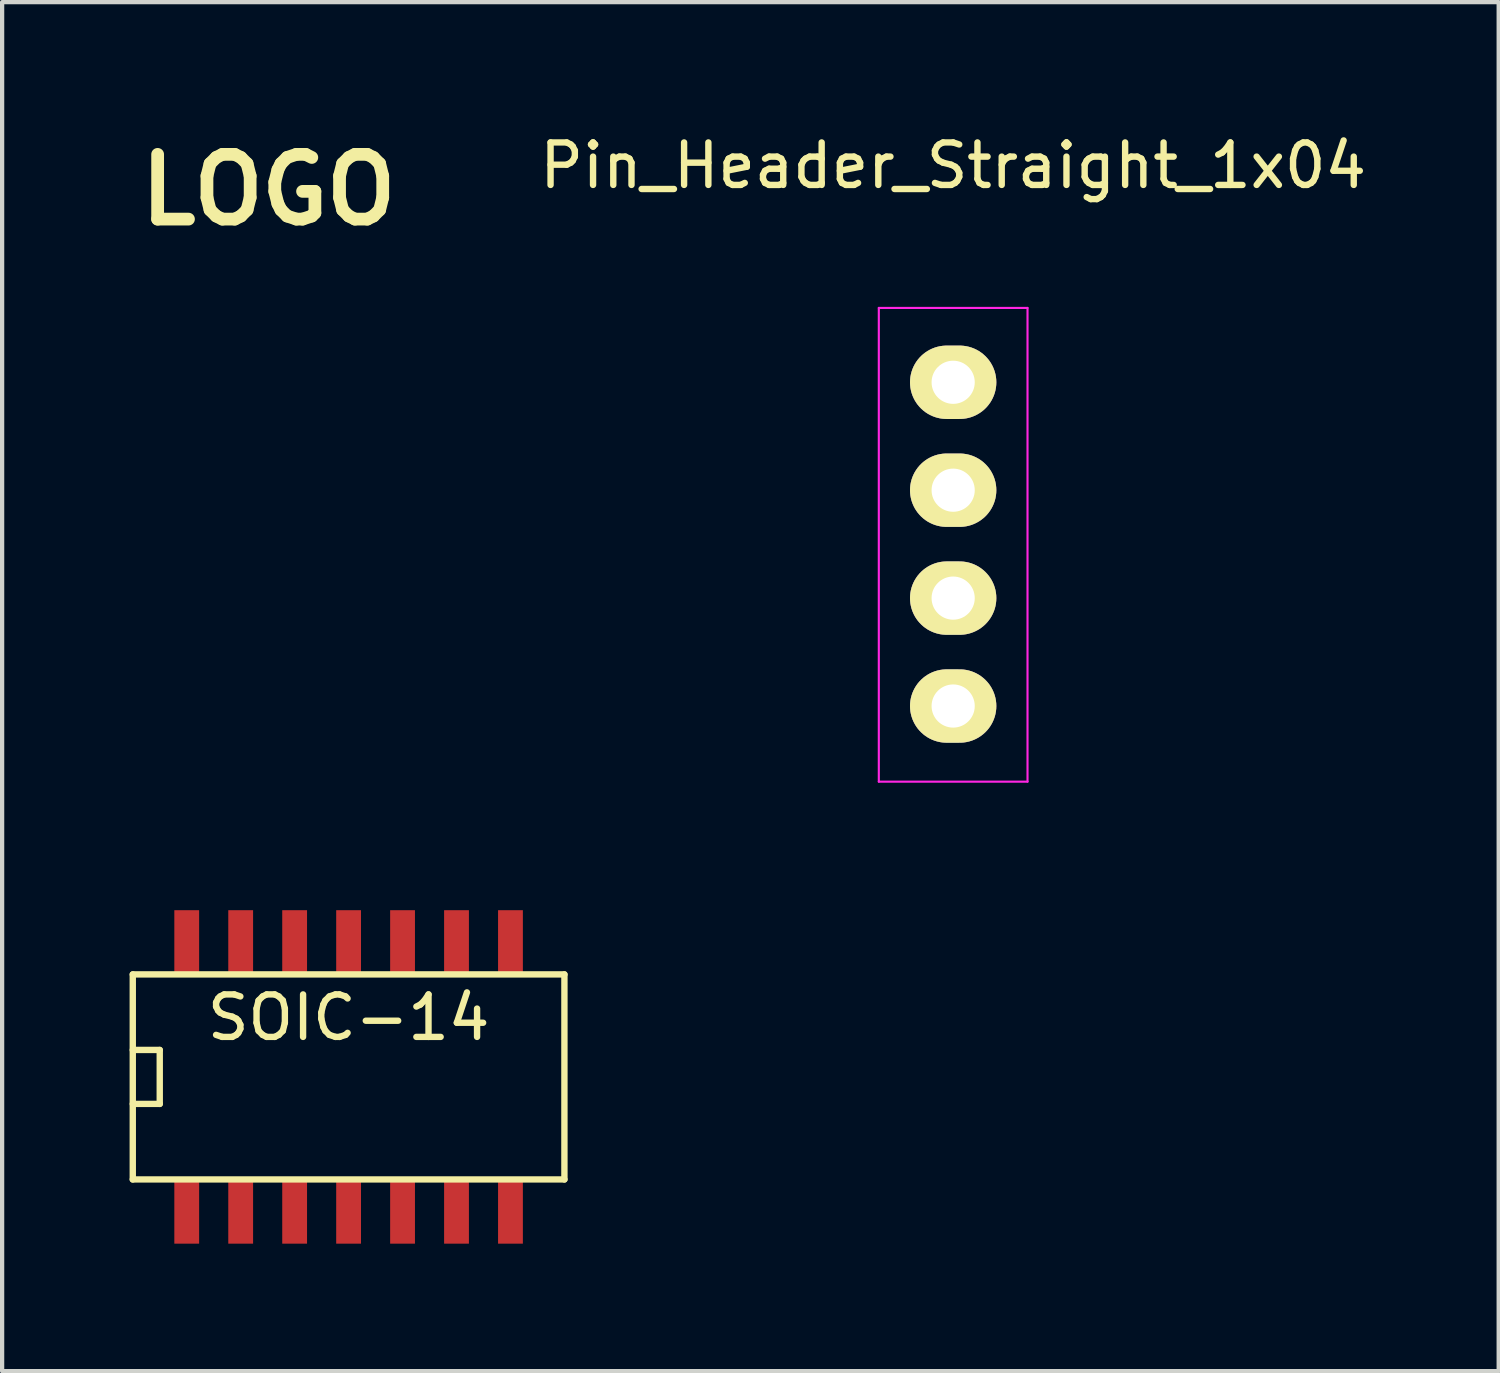
<source format=kicad_pcb>
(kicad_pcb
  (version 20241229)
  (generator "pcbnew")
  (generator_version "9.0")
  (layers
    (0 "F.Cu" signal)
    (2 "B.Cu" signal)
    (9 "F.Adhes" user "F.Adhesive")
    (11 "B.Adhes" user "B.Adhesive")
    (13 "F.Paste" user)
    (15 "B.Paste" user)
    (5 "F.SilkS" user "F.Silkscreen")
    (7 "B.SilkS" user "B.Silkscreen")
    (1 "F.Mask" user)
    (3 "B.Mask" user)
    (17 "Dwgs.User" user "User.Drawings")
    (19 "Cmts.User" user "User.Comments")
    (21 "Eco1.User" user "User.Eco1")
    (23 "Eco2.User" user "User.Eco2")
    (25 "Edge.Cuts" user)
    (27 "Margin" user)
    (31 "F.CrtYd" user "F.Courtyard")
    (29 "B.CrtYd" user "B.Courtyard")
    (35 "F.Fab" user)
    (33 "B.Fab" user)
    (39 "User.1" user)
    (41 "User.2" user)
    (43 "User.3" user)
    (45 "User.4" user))
  (footprint "SOIC-14"
    (layer "F.Cu")
    (at 5.155 22.171)
    (property "Reference" "SOIC-14" (at 0 -1.27 0) (layer "F.SilkS") (effects (font (size 1 1) (thickness 0.15))))
    (attr smd)
    (fp_line (start -5.08 -2.286) (end 5.08 -2.286) (stroke (width 0.15) (type solid)) (layer "F.SilkS"))
    (fp_line (start -5.08 -0.508) (end -4.445 -0.508) (stroke (width 0.15) (type solid)) (layer "F.SilkS"))
    (fp_line (start -5.08 2.54) (end -5.08 -2.286) (stroke (width 0.15) (type solid)) (layer "F.SilkS"))
    (fp_line (start -4.445 -0.508) (end -4.445 0.762) (stroke (width 0.15) (type solid)) (layer "F.SilkS"))
    (fp_line (start -4.445 0.762) (end -5.08 0.762) (stroke (width 0.15) (type solid)) (layer "F.SilkS"))
    (fp_line (start 5.08 -2.286) (end 5.08 2.54) (stroke (width 0.15) (type solid)) (layer "F.SilkS"))
    (fp_line (start 5.08 2.54) (end -5.08 2.54) (stroke (width 0.15) (type solid)) (layer "F.SilkS"))
    (pad "1" smd rect (at -3.81 3.302) (size 0.584 1.499) (layers "F.Cu" "F.Mask" "F.Paste"))
    (pad "2" smd rect (at -2.54 3.302) (size 0.584 1.499) (layers "F.Cu" "F.Mask" "F.Paste"))
    (pad "3" smd rect (at -1.27 3.302) (size 0.584 1.499) (layers "F.Cu" "F.Mask" "F.Paste"))
    (pad "4" smd rect (at 0 3.302) (size 0.584 1.499) (layers "F.Cu" "F.Mask" "F.Paste"))
    (pad "5" smd rect (at 1.27 3.302) (size 0.584 1.499) (layers "F.Cu" "F.Mask" "F.Paste"))
    (pad "6" smd rect (at 2.54 3.302) (size 0.584 1.499) (layers "F.Cu" "F.Mask" "F.Paste"))
    (pad "7" smd rect (at 3.81 3.302) (size 0.584 1.499) (layers "F.Cu" "F.Mask" "F.Paste"))
    (pad "8" smd rect (at 3.81 -3.048) (size 0.584 1.499) (layers "F.Cu" "F.Mask" "F.Paste"))
    (pad "9" smd rect (at 2.54 -3.048) (size 0.584 1.499) (layers "F.Cu" "F.Mask" "F.Paste"))
    (pad "10" smd rect (at 1.27 -3.048) (size 0.584 1.499) (layers "F.Cu" "F.Mask" "F.Paste"))
    (pad "11" smd rect (at 0 -3.048) (size 0.584 1.499) (layers "F.Cu" "F.Mask" "F.Paste"))
    (pad "12" smd rect (at -1.27 -3.048) (size 0.584 1.499) (layers "F.Cu" "F.Mask" "F.Paste"))
    (pad "13" smd rect (at -2.54 -3.048) (size 0.584 1.499) (layers "F.Cu" "F.Mask" "F.Paste"))
    (pad "14" smd rect (at -3.81 -3.048) (size 0.584 1.499) (layers "F.Cu" "F.Mask" "F.Paste")))
  (footprint "LOGO"
    (layer "F.Cu")
    (at 3.273 1.418)
    (property "Reference" "LOGO" (at 0 0 0) (layer "F.SilkS") (effects (font (size 1.524 1.524) (thickness 0.3))))
    (attr through_hole)
    (fp_poly (pts (xy 0.184 -0.056) (xy 0.193 -0.024) (xy 0.183 0.004) (xy 0.157 0.031) (xy 0.129 0.027) (xy 0.11 0.000152) (xy 0.107 -0.042) (xy 0.131 -0.065) (xy 0.152 -0.068) (xy 0.184 -0.056)) (stroke (width 0.01) (type solid)) (fill yes) (layer "F.Mask"))
    (fp_poly (pts (xy -0.485 -0.064) (xy -0.455 -0.047) (xy -0.442 -0.017) (xy -0.452 0.012) (xy -0.46 0.019) (xy -0.491 0.032) (xy -0.515 0.02) (xy -0.523 0.011) (xy -0.535 -0.024) (xy -0.522 -0.053) (xy -0.491 -0.065) (xy -0.485 -0.064)) (stroke (width 0.01) (type solid)) (fill yes) (layer "F.Mask"))
    (fp_poly (pts (xy -0.373 0.607) (xy -0.384 0.657) (xy -0.415 0.688) (xy -0.468 0.71) (xy -0.536 0.721) (xy -0.601 0.721) (xy -0.637 0.712) (xy -0.679 0.686) (xy -0.688 0.653) (xy -0.684 0.637) (xy -0.657 0.612) (xy -0.597 0.59) (xy -0.503 0.572) (xy -0.461 0.566) (xy -0.373 0.554) (xy -0.373 0.607)) (stroke (width 0.01) (type solid)) (fill yes) (layer "F.Mask"))
    (fp_poly (pts (xy 0.311 0.517) (xy 0.356 0.535) (xy 0.386 0.549) (xy 0.471 0.593) (xy 0.525 0.63) (xy 0.55 0.661) (xy 0.549 0.688) (xy 0.548 0.691) (xy 0.514 0.716) (xy 0.458 0.723) (xy 0.39 0.711) (xy 0.367 0.704) (xy 0.299 0.67) (xy 0.254 0.629) (xy 0.236 0.586) (xy 0.245 0.544) (xy 0.263 0.524) (xy 0.283 0.514) (xy 0.311 0.517)) (stroke (width 0.01) (type solid)) (fill yes) (layer "F.Mask"))
    (fp_poly (pts (xy 0.465 -0.713) (xy 0.514 -0.674) (xy 0.553 -0.62) (xy 0.576 -0.56) (xy 0.578 -0.547) (xy 0.581 -0.479) (xy 0.577 -0.426) (xy 0.566 -0.395) (xy 0.558 -0.389) (xy 0.544 -0.403) (xy 0.541 -0.419) (xy 0.532 -0.464) (xy 0.506 -0.524) (xy 0.471 -0.591) (xy 0.43 -0.652) (xy 0.422 -0.662) (xy 0.37 -0.728) (xy 0.416 -0.728) (xy 0.465 -0.713)) (stroke (width 0.01) (type solid)) (fill yes) (layer "F.Mask"))
    (fp_poly (pts (xy -0.403 -0.182) (xy -0.395 -0.179) (xy -0.413 -0.175) (xy -0.46 -0.168) (xy -0.52 -0.16) (xy -0.582 -0.143) (xy -0.642 -0.115) (xy -0.649 -0.111) (xy -0.687 -0.087) (xy -0.705 -0.082) (xy -0.714 -0.094) (xy -0.716 -0.102) (xy -0.715 -0.12) (xy -0.697 -0.134) (xy -0.656 -0.149) (xy -0.617 -0.159) (xy -0.547 -0.174) (xy -0.478 -0.182) (xy -0.437 -0.184) (xy -0.403 -0.182)) (stroke (width 0.01) (type solid)) (fill yes) (layer "F.Mask"))
    (fp_poly (pts (xy -0.729 -0.727) (xy -0.724 -0.719) (xy -0.736 -0.697) (xy -0.766 -0.656) (xy -0.796 -0.614) (xy -0.822 -0.57) (xy -0.848 -0.516) (xy -0.879 -0.441) (xy -0.893 -0.406) (xy -0.903 -0.386) (xy -0.91 -0.388) (xy -0.917 -0.417) (xy -0.922 -0.459) (xy -0.927 -0.528) (xy -0.92 -0.578) (xy -0.908 -0.606) (xy -0.867 -0.663) (xy -0.816 -0.706) (xy -0.763 -0.727) (xy -0.751 -0.728) (xy -0.729 -0.727)) (stroke (width 0.01) (type solid)) (fill yes) (layer "F.Mask"))
    (fp_poly (pts (xy -0.006 -0.56) (xy -0.004 -0.56) (xy 0.053 -0.541) (xy 0.109 -0.515) (xy 0.156 -0.487) (xy 0.187 -0.46) (xy 0.195 -0.441) (xy 0.194 -0.44) (xy 0.179 -0.432) (xy 0.143 -0.428) (xy 0.083 -0.427) (xy -0.005 -0.429) (xy -0.122 -0.434) (xy -0.157 -0.436) (xy -0.218 -0.44) (xy -0.253 -0.447) (xy -0.268 -0.458) (xy -0.271 -0.475) (xy -0.256 -0.514) (xy -0.214 -0.545) (xy -0.154 -0.564) (xy -0.082 -0.57) (xy -0.006 -0.56)) (stroke (width 0.01) (type solid)) (fill yes) (layer "F.Mask"))
    (fp_poly (pts (xy 0.101 -0.188) (xy 0.175 -0.18) (xy 0.252 -0.165) (xy 0.28 -0.159) (xy 0.336 -0.143) (xy 0.367 -0.129) (xy 0.381 -0.11) (xy 0.386 -0.081) (xy 0.387 -0.075) (xy 0.388 -0.036) (xy 0.386 -0.017) (xy 0.386 -0.017) (xy 0.373 -0.029) (xy 0.348 -0.059) (xy 0.335 -0.075) (xy 0.273 -0.13) (xy 0.193 -0.16) (xy 0.093 -0.166) (xy 0.064 -0.165) (xy 0.005 -0.161) (xy -0.024 -0.165) (xy -0.029 -0.175) (xy -0.009 -0.186) (xy 0.037 -0.19) (xy 0.101 -0.188)) (stroke (width 0.01) (type solid)) (fill yes) (layer "F.Mask"))
    (fp_poly (pts (xy -0.123 -0.064) (xy -0.072 -0.049) (xy -0.022 -0.019) (xy 0.038 0.032) (xy 0.047 0.04) (xy 0.088 0.089) (xy 0.099 0.137) (xy 0.081 0.192) (xy 0.068 0.216) (xy 0.034 0.272) (xy 0.072 0.286) (xy 0.089 0.294) (xy 0.1 0.308) (xy 0.105 0.333) (xy 0.107 0.377) (xy 0.105 0.446) (xy 0.104 0.471) (xy 0.098 0.642) (xy 0.211 0.745) (xy -0.089 0.745) (xy -0.186 0.745) (xy -0.27 0.744) (xy -0.335 0.742) (xy -0.377 0.741) (xy -0.389 0.739) (xy -0.384 0.72) (xy -0.369 0.683) (xy -0.364 0.671) (xy -0.341 0.577) (xy -0.35 0.478) (xy -0.38 0.394) (xy -0.403 0.342) (xy -0.41 0.312) (xy -0.403 0.296) (xy -0.397 0.292) (xy -0.387 0.281) (xy -0.349 0.281) (xy -0.347 0.285) (xy -0.309 0.304) (xy -0.241 0.315) (xy -0.169 0.318) (xy -0.126 0.318) (xy -0.114 0.315) (xy -0.13 0.308) (xy -0.139 0.305) (xy -0.189 0.292) (xy -0.244 0.283) (xy -0.295 0.277) (xy -0.332 0.276) (xy -0.349 0.281) (xy -0.387 0.281) (xy -0.385 0.279) (xy -0.387 0.255) (xy -0.399 0.228) (xy -0.246 0.228) (xy -0.226 0.235) (xy -0.193 0.237) (xy -0.14 0.231) (xy -0.098 0.215) (xy -0.092 0.211) (xy -0.076 0.196) (xy -0.08 0.191) (xy -0.109 0.192) (xy -0.144 0.196) (xy -0.202 0.206) (xy -0.236 0.218) (xy -0.246 0.228) (xy -0.399 0.228) (xy -0.406 0.213) (xy -0.407 0.209) (xy -0.442 0.14) (xy -0.404 0.074) (xy -0.383 0.043) (xy -0.298 0.043) (xy -0.286 0.069) (xy -0.277 0.077) (xy -0.249 0.095) (xy -0.237 0.101) (xy -0.218 0.091) (xy -0.197 0.077) (xy -0.176 0.05) (xy -0.186 0.028) (xy -0.223 0.017) (xy -0.237 0.017) (xy -0.281 0.024) (xy -0.298 0.043) (xy -0.383 0.043) (xy -0.355 0.002) (xy -0.304 -0.042) (xy -0.242 -0.063) (xy -0.186 -0.067) (xy -0.123 -0.064)) (stroke (width 0.01) (type solid)) (fill yes) (layer "F.Mask"))
    (fp_poly (pts (xy -0.071 -1.212) (xy 0.113 -1.179) (xy 0.286 -1.119) (xy 0.446 -1.033) (xy 0.59 -0.923) (xy 0.715 -0.793) (xy 0.819 -0.646) (xy 0.899 -0.482) (xy 0.953 -0.306) (xy 0.978 -0.12) (xy 0.977 0.016) (xy 0.949 0.204) (xy 0.893 0.384) (xy 0.81 0.549) (xy 0.745 0.643) (xy 0.719 0.683) (xy 0.705 0.713) (xy 0.705 0.72) (xy 0.695 0.733) (xy 0.66 0.741) (xy 0.649 0.742) (xy 0.586 0.747) (xy 0.619 0.71) (xy 0.64 0.675) (xy 0.65 0.624) (xy 0.651 0.577) (xy 0.634 0.47) (xy 0.586 0.371) (xy 0.508 0.283) (xy 0.496 0.273) (xy 0.46 0.241) (xy 0.446 0.221) (xy 0.451 0.203) (xy 0.464 0.189) (xy 0.484 0.17) (xy 0.507 0.164) (xy 0.544 0.168) (xy 0.585 0.177) (xy 0.645 0.194) (xy 0.698 0.215) (xy 0.718 0.226) (xy 0.765 0.251) (xy 0.79 0.25) (xy 0.794 0.224) (xy 0.776 0.173) (xy 0.736 0.097) (xy 0.719 0.068) (xy 0.678 -0.007) (xy 0.639 -0.088) (xy 0.611 -0.16) (xy 0.609 -0.168) (xy 0.591 -0.228) (xy 0.584 -0.27) (xy 0.587 -0.306) (xy 0.599 -0.35) (xy 0.603 -0.361) (xy 0.622 -0.461) (xy 0.615 -0.554) (xy 0.583 -0.636) (xy 0.529 -0.701) (xy 0.458 -0.745) (xy 0.37 -0.762) (xy 0.363 -0.762) (xy 0.304 -0.771) (xy 0.248 -0.794) (xy 0.248 -0.794) (xy 0.137 -0.844) (xy 0.006 -0.875) (xy -0.136 -0.888) (xy -0.282 -0.881) (xy -0.424 -0.856) (xy -0.532 -0.819) (xy -0.6 -0.794) (xy -0.669 -0.773) (xy -0.711 -0.763) (xy -0.805 -0.739) (xy -0.874 -0.698) (xy -0.922 -0.636) (xy -0.93 -0.622) (xy -0.959 -0.525) (xy -0.96 -0.421) (xy -0.941 -0.339) (xy -0.931 -0.266) (xy -0.947 -0.174) (xy -0.986 -0.066) (xy -1.05 0.057) (xy -1.084 0.114) (xy -1.113 0.164) (xy -1.131 0.206) (xy -1.135 0.223) (xy -1.122 0.248) (xy -1.097 0.253) (xy -1.076 0.238) (xy -1.055 0.225) (xy -1.012 0.206) (xy -0.954 0.187) (xy -0.953 0.186) (xy -0.894 0.169) (xy -0.857 0.161) (xy -0.833 0.164) (xy -0.815 0.176) (xy -0.81 0.18) (xy -0.786 0.21) (xy -0.782 0.242) (xy -0.8 0.285) (xy -0.827 0.327) (xy -0.881 0.414) (xy -0.913 0.486) (xy -0.927 0.551) (xy -0.926 0.613) (xy -0.922 0.666) (xy -0.923 0.708) (xy -0.925 0.72) (xy -0.949 0.74) (xy -0.987 0.743) (xy -1.027 0.729) (xy -1.041 0.718) (xy -1.086 0.664) (xy -1.137 0.588) (xy -1.188 0.501) (xy -1.233 0.413) (xy -1.254 0.364) (xy -1.31 0.182) (xy -1.333 -0.003) (xy -1.326 -0.188) (xy -1.291 -0.368) (xy -1.227 -0.54) (xy -1.137 -0.701) (xy -1.023 -0.846) (xy -0.885 -0.972) (xy -0.725 -1.075) (xy -0.715 -1.081) (xy -0.585 -1.141) (xy -0.466 -1.181) (xy -0.342 -1.205) (xy -0.263 -1.213) (xy -0.071 -1.212)) (stroke (width 0.01) (type solid)) (fill yes) (layer "F.Mask")))
  (footprint "Pin_Header_Straight_1x04"
    (layer "F.Cu")
    (at 19.385 5.948)
    (property "Reference" "Pin_Header_Straight_1x04" (at 0 -5.1 0) (layer "F.SilkS") (effects (font (size 1 1) (thickness 0.15))))
    (attr through_hole)
    (fp_line (start -1.75 -1.75) (end -1.75 9.4) (stroke (width 0.05) (type solid)) (layer "F.CrtYd"))
    (fp_line (start -1.75 -1.75) (end 1.75 -1.75) (stroke (width 0.05) (type solid)) (layer "F.CrtYd"))
    (fp_line (start -1.75 9.4) (end 1.75 9.4) (stroke (width 0.05) (type solid)) (layer "F.CrtYd"))
    (fp_line (start 1.75 -1.75) (end 1.75 9.4) (stroke (width 0.05) (type solid)) (layer "F.CrtYd"))
    (pad "1" thru_hole oval (at 0 0) (size 2.032 1.727) (drill 1.016) (layers "*.Cu" "*.Mask" "F.SilkS"))
    (pad "2" thru_hole oval (at 0 2.54) (size 2.032 1.727) (drill 1.016) (layers "*.Cu" "*.Mask" "F.SilkS"))
    (pad "3" thru_hole oval (at 0 5.08) (size 2.032 1.727) (drill 1.016) (layers "*.Cu" "*.Mask" "F.SilkS"))
    (pad "4" thru_hole oval (at 0 7.62) (size 2.032 1.727) (drill 1.016) (layers "*.Cu" "*.Mask" "F.SilkS")))
  (gr_rect
    (start -3 -3)
    (end 32.225 29.222)
    (stroke (width 0.1) (type default))
    (fill no)
    (layer "Edge.Cuts")))
</source>
